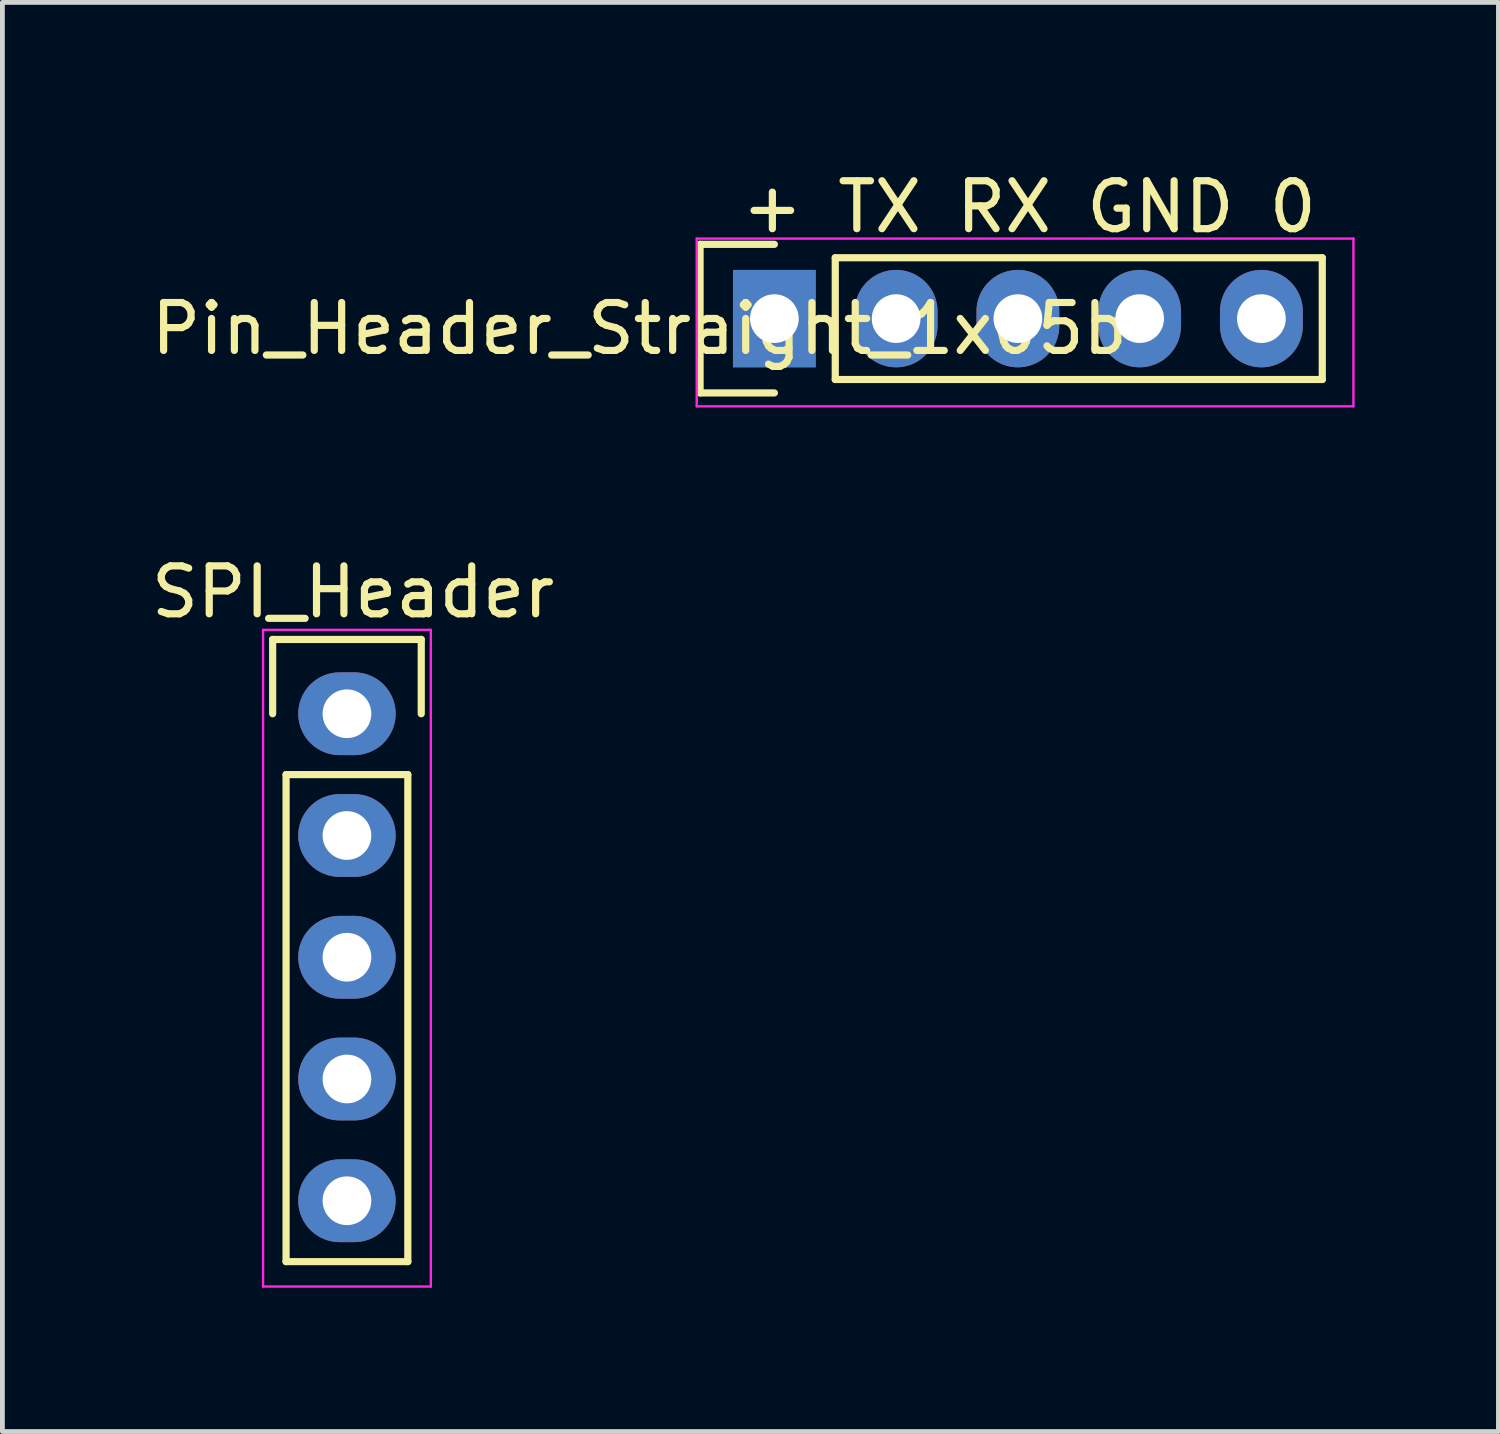
<source format=kicad_pcb>
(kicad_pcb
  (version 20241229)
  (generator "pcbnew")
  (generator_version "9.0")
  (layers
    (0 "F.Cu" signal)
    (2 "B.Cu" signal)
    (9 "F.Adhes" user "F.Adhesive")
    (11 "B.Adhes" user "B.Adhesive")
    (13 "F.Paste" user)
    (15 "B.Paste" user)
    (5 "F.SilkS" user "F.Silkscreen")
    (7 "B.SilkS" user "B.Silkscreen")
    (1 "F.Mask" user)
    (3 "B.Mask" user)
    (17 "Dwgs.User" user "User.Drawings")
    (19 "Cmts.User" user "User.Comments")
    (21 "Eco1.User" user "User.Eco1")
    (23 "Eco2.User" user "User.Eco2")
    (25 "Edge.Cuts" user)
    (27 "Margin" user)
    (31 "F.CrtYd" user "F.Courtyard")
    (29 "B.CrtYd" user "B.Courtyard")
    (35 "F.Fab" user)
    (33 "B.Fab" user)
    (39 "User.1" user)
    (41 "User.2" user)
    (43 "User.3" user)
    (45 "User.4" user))
  (footprint "SPI_Header"
    (layer "F.Cu")
    (at 4.188 11.84)
    (property "Reference" "SPI_Header" (at 0.127 -2.54 0) (layer "F.SilkS") (effects (font (size 1 1) (thickness 0.15))))
    (attr through_hole)
    (fp_line (start -1.55 -1.55) (end 1.55 -1.55) (stroke (width 0.15) (type solid)) (layer "F.SilkS"))
    (fp_line (start -1.55 0) (end -1.55 -1.55) (stroke (width 0.15) (type solid)) (layer "F.SilkS"))
    (fp_line (start -1.27 11.43) (end -1.27 1.27) (stroke (width 0.15) (type solid)) (layer "F.SilkS"))
    (fp_line (start 1.27 1.27) (end -1.27 1.27) (stroke (width 0.15) (type solid)) (layer "F.SilkS"))
    (fp_line (start 1.27 1.27) (end 1.27 11.43) (stroke (width 0.15) (type solid)) (layer "F.SilkS"))
    (fp_line (start 1.27 11.43) (end -1.27 11.43) (stroke (width 0.15) (type solid)) (layer "F.SilkS"))
    (fp_line (start 1.55 -1.55) (end 1.55 0) (stroke (width 0.15) (type solid)) (layer "F.SilkS"))
    (fp_line (start -1.75 -1.75) (end -1.75 11.95) (stroke (width 0.05) (type solid)) (layer "F.CrtYd"))
    (fp_line (start -1.75 -1.75) (end 1.75 -1.75) (stroke (width 0.05) (type solid)) (layer "F.CrtYd"))
    (fp_line (start -1.75 11.95) (end 1.75 11.95) (stroke (width 0.05) (type solid)) (layer "F.CrtYd"))
    (fp_line (start 1.75 -1.75) (end 1.75 11.95) (stroke (width 0.05) (type solid)) (layer "F.CrtYd"))
    (pad "1" thru_hole oval (at 0 0) (size 2.032 1.727) (drill 1.016) (layers "*.Cu" "*.Mask"))
    (pad "2" thru_hole oval (at 0 2.54) (size 2.032 1.727) (drill 1.016) (layers "*.Cu" "*.Mask"))
    (pad "3" thru_hole oval (at 0 5.08) (size 2.032 1.727) (drill 1.016) (layers "*.Cu" "*.Mask"))
    (pad "4" thru_hole oval (at 0 7.62) (size 2.032 1.727) (drill 1.016) (layers "*.Cu" "*.Mask"))
    (pad "5" thru_hole oval (at 0 10.16) (size 2.032 1.727) (drill 1.016) (layers "*.Cu" "*.Mask")))
  (footprint "Pin_Header_Straight_1x05b"
    (layer "F.Cu")
    (at 18.42 0.25)
    (property "Reference" "Pin_Header_Straight_1x05b" (at -8.128 3.556 180) (layer "F.SilkS") (effects (font (size 1 1) (thickness 0.15))))
    (attr through_hole)
    (fp_line (start -6.865 1.797) (end -5.315 1.797) (stroke (width 0.15) (type solid)) (layer "F.SilkS"))
    (fp_line (start -6.865 4.897) (end -6.865 1.797) (stroke (width 0.15) (type solid)) (layer "F.SilkS"))
    (fp_line (start -5.315 4.897) (end -6.865 4.897) (stroke (width 0.15) (type solid)) (layer "F.SilkS"))
    (fp_line (start -4.045 2.077) (end -4.045 4.617) (stroke (width 0.15) (type solid)) (layer "F.SilkS"))
    (fp_line (start -4.045 2.077) (end 6.115 2.077) (stroke (width 0.15) (type solid)) (layer "F.SilkS"))
    (fp_line (start 6.115 2.077) (end 6.115 4.617) (stroke (width 0.15) (type solid)) (layer "F.SilkS"))
    (fp_line (start 6.115 4.617) (end -4.045 4.617) (stroke (width 0.15) (type solid)) (layer "F.SilkS"))
    (fp_line (start -6.935 1.677) (end 6.765 1.677) (stroke (width 0.05) (type solid)) (layer "F.CrtYd"))
    (fp_line (start -6.935 5.177) (end -6.935 1.677) (stroke (width 0.05) (type solid)) (layer "F.CrtYd"))
    (fp_line (start -6.935 5.177) (end 6.765 5.177) (stroke (width 0.05) (type solid)) (layer "F.CrtYd"))
    (fp_line (start 6.765 5.177) (end 6.765 1.677) (stroke (width 0.05) (type solid)) (layer "F.CrtYd"))
    (fp_text user "+ TX RX GND 0" (at 0 1.016 0) (layer "F.SilkS") (effects (font (size 1 1) (thickness 0.15))))
    (pad "1" thru_hole rect (at -5.315 3.347 90) (size 2.032 1.727) (drill 1.016) (layers "*.Cu" "*.Mask"))
    (pad "2" thru_hole oval (at -2.775 3.347 90) (size 2.032 1.727) (drill 1.016) (layers "*.Cu" "*.Mask"))
    (pad "3" thru_hole oval (at -0.235 3.347 90) (size 2.032 1.727) (drill 1.016) (layers "*.Cu" "*.Mask"))
    (pad "4" thru_hole oval (at 2.305 3.347 90) (size 2.032 1.727) (drill 1.016) (layers "*.Cu" "*.Mask"))
    (pad "5" thru_hole oval (at 4.845 3.347 90) (size 2.032 1.727) (drill 1.016) (layers "*.Cu" "*.Mask")))
  (gr_rect
    (start -3 -3)
    (end 28.21 26.815)
    (stroke (width 0.1) (type default))
    (fill no)
    (layer "Edge.Cuts")))
</source>
